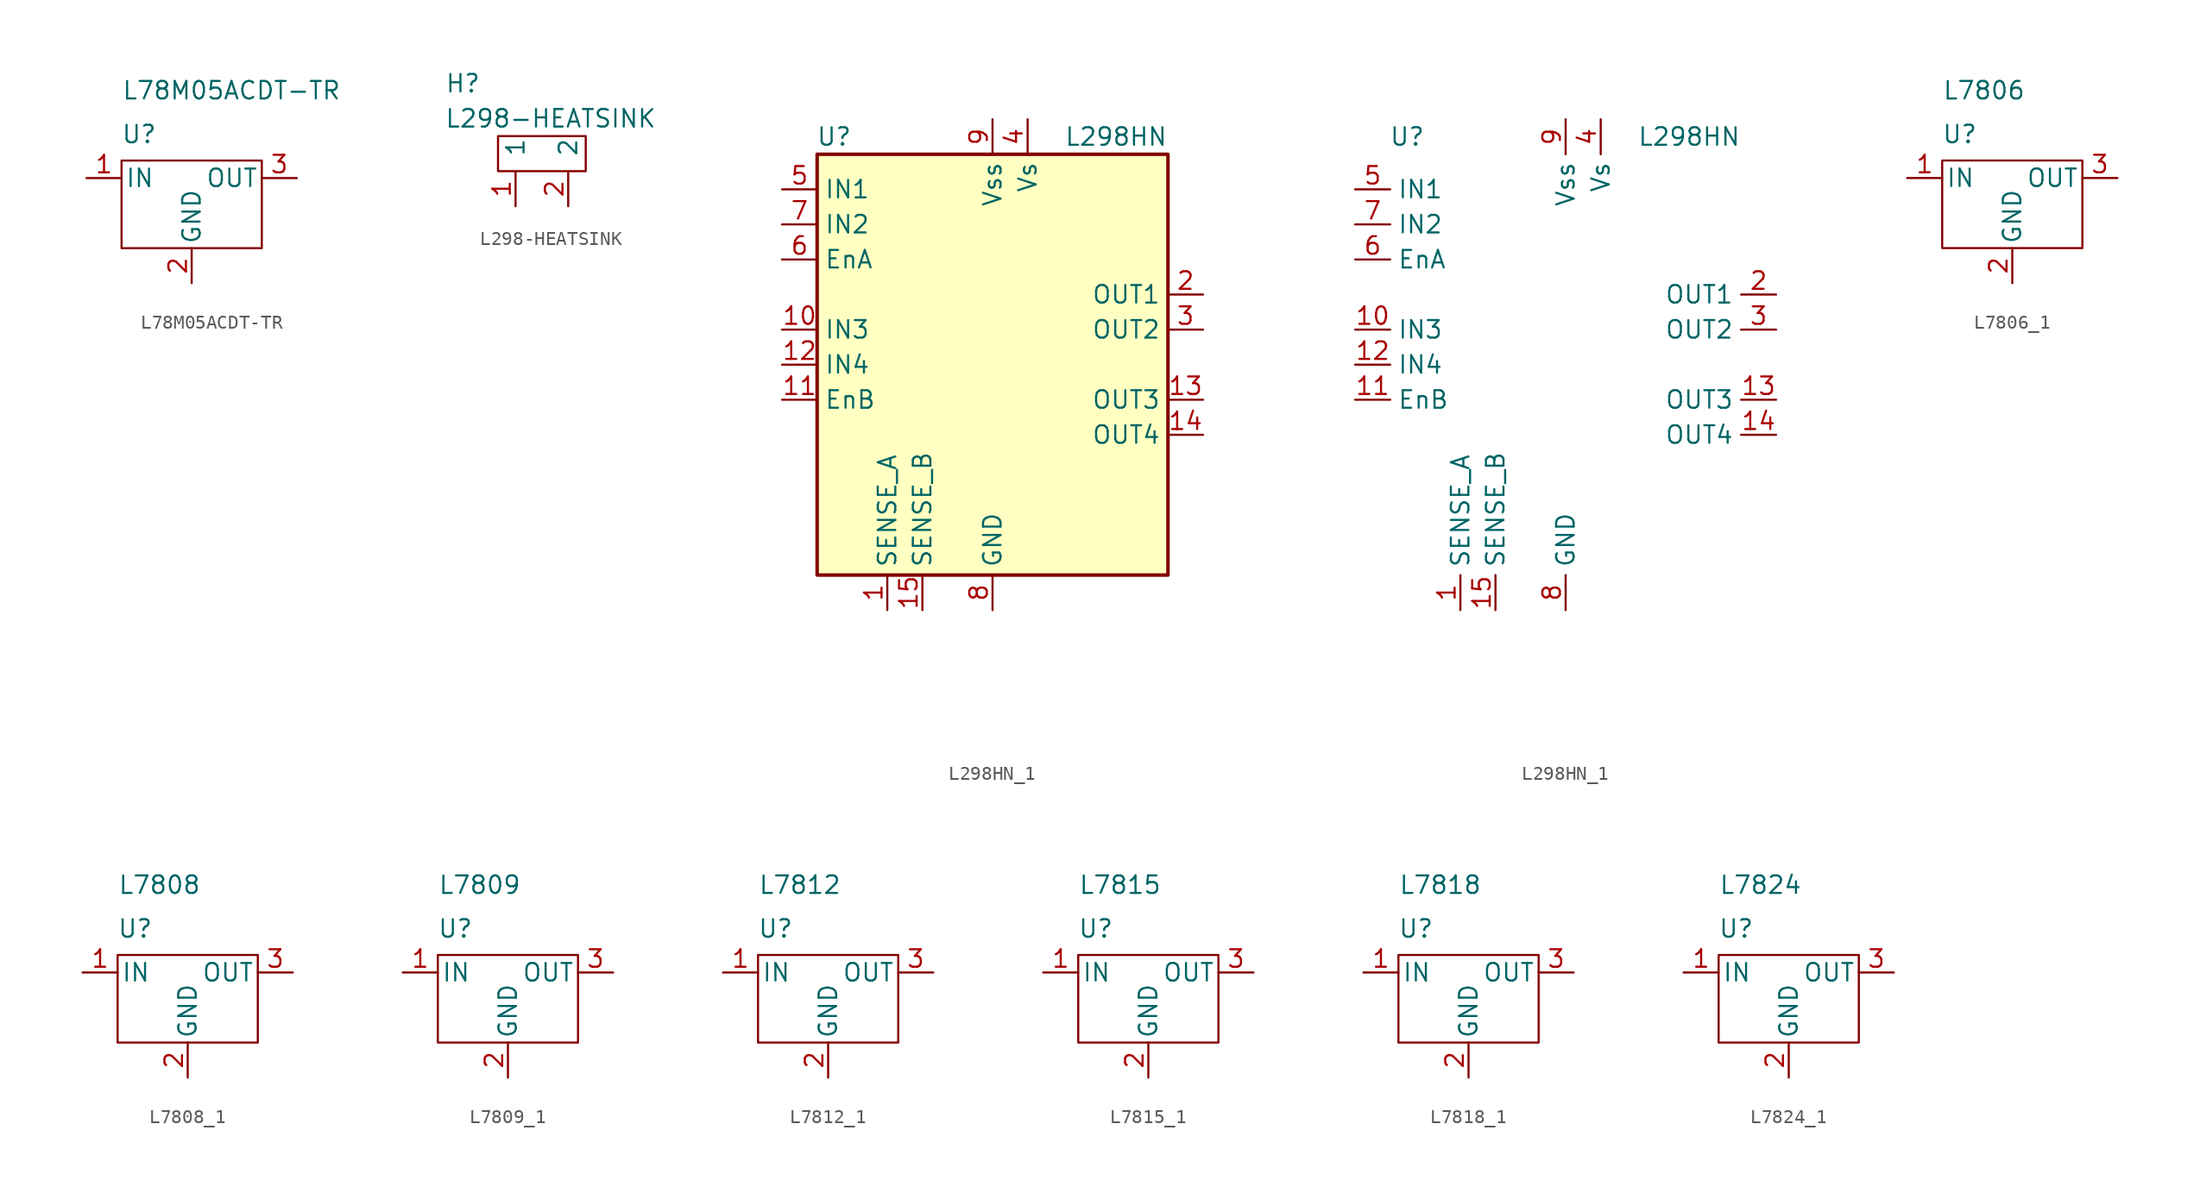
<source format=kicad_sym>
(kicad_symbol_lib
  (version 20231120)
  (generator "kicad_symbol_editor")
  (generator_version "8.0")
  (symbol "L78M05ACDT-TR"
    (pin_names
      (offset 0.254))
    (property "Reference" "U"
      (at -3.81 3.175 0)
      (effects (font (size 1.27 1.27))))
    (property "Value" "L78M05ACDT-TR"
      (at -5.08 6.35 0)
      (effects (font (size 1.27 1.27)) (justify left)))
    (symbol "L78M05ACDT-TR_0_1"
      (rectangle (start -5.08 1.27) (end 5.08 -5.08) (stroke (width 0) (type default)) (fill (type none))))
    (symbol "L78M05ACDT-TR_1_1"
      (pin power_in line (at -7.62 0 0) (length 2.54) (name "IN" (effects (font (size 1.27 1.27)))) (number "1" (effects (font (size 1.27 1.27)))))
      (pin power_in line (at 0 -7.62 90) (length 2.54) (name "GND" (effects (font (size 1.27 1.27)))) (number "2" (effects (font (size 1.27 1.27)))))
      (pin power_out line (at 7.62 0 180) (length 2.54) (name "OUT" (effects (font (size 1.27 1.27)))) (number "3" (effects (font (size 1.27 1.27)))))))
  (symbol "L298-HEATSINK"
    (pin_names
      (offset 1.016))
    (property "Reference" "H"
      (at -6.35 6.35 0)
      (effects (font (size 1.27 1.27))))
    (property "Value" "L298-HEATSINK"
      (at 0 3.81 0)
      (effects (font (size 1.27 1.27))))
    (symbol "L298-HEATSINK_0_1"
      (rectangle (start -3.81 2.54) (end 2.54 0) (stroke (width 0) (type solid)) (fill (type none))))
    (symbol "L298-HEATSINK_1_1"
      (pin input line (at -2.54 -2.54 90) (length 2.54) (name "1" (effects (font (size 1.27 1.27)))) (number "1" (effects (font (size 1.27 1.27)))))
      (pin input line (at 1.27 -2.54 90) (length 2.54) (name "2" (effects (font (size 1.27 1.27)))) (number "2" (effects (font (size 1.27 1.27)))))))
  (symbol "L298HN_1"
    (property "Reference" "U"
      (at -10.16 16.51 0)
      (effects (font (size 1.27 1.27)) (justify right)))
    (property "Value" "L298HN"
      (at 12.7 16.51 0)
      (effects (font (size 1.27 1.27)) (justify right)))
    (property "Footprint" ""
      (at 5.08 -24.13 0)
      (effects (font (size 1.27 1.27)) (justify left)))
    (symbol "L298HN_1_0_1"
      (rectangle (start -12.7 15.24) (end 12.7 -15.24) (stroke (width 0.254) (type default)) (fill (type background))))
    (symbol "L298HN_1_1_1"
      (pin power_in line (at -7.62 -17.78 90) (length 2.54) (name "SENSE_A" (effects (font (size 1.27 1.27)))) (number "1" (effects (font (size 1.27 1.27)))))
      (pin input line (at -15.24 2.54 0) (length 2.54) (name "IN3" (effects (font (size 1.27 1.27)))) (number "10" (effects (font (size 1.27 1.27)))))
      (pin input line (at -15.24 -2.54 0) (length 2.54) (name "EnB" (effects (font (size 1.27 1.27)))) (number "11" (effects (font (size 1.27 1.27)))))
      (pin input line (at -15.24 0 0) (length 2.54) (name "IN4" (effects (font (size 1.27 1.27)))) (number "12" (effects (font (size 1.27 1.27)))))
      (pin output line (at 15.24 -2.54 180) (length 2.54) (name "OUT3" (effects (font (size 1.27 1.27)))) (number "13" (effects (font (size 1.27 1.27)))))
      (pin output line (at 15.24 -5.08 180) (length 2.54) (name "OUT4" (effects (font (size 1.27 1.27)))) (number "14" (effects (font (size 1.27 1.27)))))
      (pin power_in line (at -5.08 -17.78 90) (length 2.54) (name "SENSE_B" (effects (font (size 1.27 1.27)))) (number "15" (effects (font (size 1.27 1.27)))))
      (pin output line (at 15.24 5.08 180) (length 2.54) (name "OUT1" (effects (font (size 1.27 1.27)))) (number "2" (effects (font (size 1.27 1.27)))))
      (pin output line (at 15.24 2.54 180) (length 2.54) (name "OUT2" (effects (font (size 1.27 1.27)))) (number "3" (effects (font (size 1.27 1.27)))))
      (pin power_in line (at 2.54 17.78 270) (length 2.54) (name "Vs" (effects (font (size 1.27 1.27)))) (number "4" (effects (font (size 1.27 1.27)))))
      (pin input line (at -15.24 12.7 0) (length 2.54) (name "IN1" (effects (font (size 1.27 1.27)))) (number "5" (effects (font (size 1.27 1.27)))))
      (pin input line (at -15.24 7.62 0) (length 2.54) (name "EnA" (effects (font (size 1.27 1.27)))) (number "6" (effects (font (size 1.27 1.27)))))
      (pin input line (at -15.24 10.16 0) (length 2.54) (name "IN2" (effects (font (size 1.27 1.27)))) (number "7" (effects (font (size 1.27 1.27)))))
      (pin power_in line (at 0 -17.78 90) (length 2.54) (name "GND" (effects (font (size 1.27 1.27)))) (number "8" (effects (font (size 1.27 1.27)))))
      (pin power_in line (at 0 17.78 270) (length 2.54) (name "Vss" (effects (font (size 1.27 1.27)))) (number "9" (effects (font (size 1.27 1.27))))))
    (symbol "L298HN_1_1_2"
      (pin power_in line (at -7.62 -17.78 90) (length 2.54) (name "SENSE_A" (effects (font (size 1.27 1.27)))) (number "1" (effects (font (size 1.27 1.27)))))
      (pin input line (at -15.24 2.54 0) (length 2.54) (name "IN3" (effects (font (size 1.27 1.27)))) (number "10" (effects (font (size 1.27 1.27)))))
      (pin input line (at -15.24 -2.54 0) (length 2.54) (name "EnB" (effects (font (size 1.27 1.27)))) (number "11" (effects (font (size 1.27 1.27)))))
      (pin input line (at -15.24 0 0) (length 2.54) (name "IN4" (effects (font (size 1.27 1.27)))) (number "12" (effects (font (size 1.27 1.27)))))
      (pin output line (at 15.24 -2.54 180) (length 2.54) (name "OUT3" (effects (font (size 1.27 1.27)))) (number "13" (effects (font (size 1.27 1.27)))))
      (pin output line (at 15.24 -5.08 180) (length 2.54) (name "OUT4" (effects (font (size 1.27 1.27)))) (number "14" (effects (font (size 1.27 1.27)))))
      (pin power_in line (at -5.08 -17.78 90) (length 2.54) (name "SENSE_B" (effects (font (size 1.27 1.27)))) (number "15" (effects (font (size 1.27 1.27)))))
      (pin output line (at 15.24 5.08 180) (length 2.54) (name "OUT1" (effects (font (size 1.27 1.27)))) (number "2" (effects (font (size 1.27 1.27)))))
      (pin output line (at 15.24 2.54 180) (length 2.54) (name "OUT2" (effects (font (size 1.27 1.27)))) (number "3" (effects (font (size 1.27 1.27)))))
      (pin power_in line (at 2.54 17.78 270) (length 2.54) (name "Vs" (effects (font (size 1.27 1.27)))) (number "4" (effects (font (size 1.27 1.27)))))
      (pin input line (at -15.24 12.7 0) (length 2.54) (name "IN1" (effects (font (size 1.27 1.27)))) (number "5" (effects (font (size 1.27 1.27)))))
      (pin input line (at -15.24 7.62 0) (length 2.54) (name "EnA" (effects (font (size 1.27 1.27)))) (number "6" (effects (font (size 1.27 1.27)))))
      (pin input line (at -15.24 10.16 0) (length 2.54) (name "IN2" (effects (font (size 1.27 1.27)))) (number "7" (effects (font (size 1.27 1.27)))))
      (pin power_in line (at 0 -17.78 90) (length 2.54) (name "GND" (effects (font (size 1.27 1.27)))) (number "8" (effects (font (size 1.27 1.27)))))
      (pin power_in line (at 0 17.78 270) (length 2.54) (name "Vss" (effects (font (size 1.27 1.27)))) (number "9" (effects (font (size 1.27 1.27)))))))
  (symbol "L7806_1"
    (pin_names
      (offset 0.254))
    (property "Reference" "U"
      (at -3.81 3.175 0)
      (effects (font (size 1.27 1.27))))
    (property "Value" "L7806"
      (at -5.08 6.35 0)
      (effects (font (size 1.27 1.27)) (justify left)))
    (symbol "L7806_1_0_1"
      (rectangle (start -5.08 1.27) (end 5.08 -5.08) (stroke (width 0) (type default)) (fill (type none))))
    (symbol "L7806_1_1_1"
      (pin power_in line (at -7.62 0 0) (length 2.54) (name "IN" (effects (font (size 1.27 1.27)))) (number "1" (effects (font (size 1.27 1.27)))))
      (pin power_in line (at 0 -7.62 90) (length 2.54) (name "GND" (effects (font (size 1.27 1.27)))) (number "2" (effects (font (size 1.27 1.27)))))
      (pin power_out line (at 7.62 0 180) (length 2.54) (name "OUT" (effects (font (size 1.27 1.27)))) (number "3" (effects (font (size 1.27 1.27)))))))
  (symbol "L7808_1"
    (pin_names
      (offset 0.254))
    (property "Reference" "U"
      (at -3.81 3.175 0)
      (effects (font (size 1.27 1.27))))
    (property "Value" "L7808"
      (at -5.08 6.35 0)
      (effects (font (size 1.27 1.27)) (justify left)))
    (symbol "L7808_1_0_1"
      (rectangle (start -5.08 1.27) (end 5.08 -5.08) (stroke (width 0) (type default)) (fill (type none))))
    (symbol "L7808_1_1_1"
      (pin power_in line (at -7.62 0 0) (length 2.54) (name "IN" (effects (font (size 1.27 1.27)))) (number "1" (effects (font (size 1.27 1.27)))))
      (pin power_in line (at 0 -7.62 90) (length 2.54) (name "GND" (effects (font (size 1.27 1.27)))) (number "2" (effects (font (size 1.27 1.27)))))
      (pin power_out line (at 7.62 0 180) (length 2.54) (name "OUT" (effects (font (size 1.27 1.27)))) (number "3" (effects (font (size 1.27 1.27)))))))
  (symbol "L7809_1"
    (pin_names
      (offset 0.254))
    (property "Reference" "U"
      (at -3.81 3.175 0)
      (effects (font (size 1.27 1.27))))
    (property "Value" "L7809"
      (at -5.08 6.35 0)
      (effects (font (size 1.27 1.27)) (justify left)))
    (symbol "L7809_1_0_1"
      (rectangle (start -5.08 1.27) (end 5.08 -5.08) (stroke (width 0) (type default)) (fill (type none))))
    (symbol "L7809_1_1_1"
      (pin power_in line (at -7.62 0 0) (length 2.54) (name "IN" (effects (font (size 1.27 1.27)))) (number "1" (effects (font (size 1.27 1.27)))))
      (pin power_in line (at 0 -7.62 90) (length 2.54) (name "GND" (effects (font (size 1.27 1.27)))) (number "2" (effects (font (size 1.27 1.27)))))
      (pin power_out line (at 7.62 0 180) (length 2.54) (name "OUT" (effects (font (size 1.27 1.27)))) (number "3" (effects (font (size 1.27 1.27)))))))
  (symbol "L7812_1"
    (pin_names
      (offset 0.254))
    (property "Reference" "U"
      (at -3.81 3.175 0)
      (effects (font (size 1.27 1.27))))
    (property "Value" "L7812"
      (at -5.08 6.35 0)
      (effects (font (size 1.27 1.27)) (justify left)))
    (symbol "L7812_1_0_1"
      (rectangle (start -5.08 1.27) (end 5.08 -5.08) (stroke (width 0) (type default)) (fill (type none))))
    (symbol "L7812_1_1_1"
      (pin power_in line (at -7.62 0 0) (length 2.54) (name "IN" (effects (font (size 1.27 1.27)))) (number "1" (effects (font (size 1.27 1.27)))))
      (pin power_in line (at 0 -7.62 90) (length 2.54) (name "GND" (effects (font (size 1.27 1.27)))) (number "2" (effects (font (size 1.27 1.27)))))
      (pin power_out line (at 7.62 0 180) (length 2.54) (name "OUT" (effects (font (size 1.27 1.27)))) (number "3" (effects (font (size 1.27 1.27)))))))
  (symbol "L7815_1"
    (pin_names
      (offset 0.254))
    (property "Reference" "U"
      (at -3.81 3.175 0)
      (effects (font (size 1.27 1.27))))
    (property "Value" "L7815"
      (at -5.08 6.35 0)
      (effects (font (size 1.27 1.27)) (justify left)))
    (symbol "L7815_1_0_1"
      (rectangle (start -5.08 1.27) (end 5.08 -5.08) (stroke (width 0) (type default)) (fill (type none))))
    (symbol "L7815_1_1_1"
      (pin power_in line (at -7.62 0 0) (length 2.54) (name "IN" (effects (font (size 1.27 1.27)))) (number "1" (effects (font (size 1.27 1.27)))))
      (pin power_in line (at 0 -7.62 90) (length 2.54) (name "GND" (effects (font (size 1.27 1.27)))) (number "2" (effects (font (size 1.27 1.27)))))
      (pin power_out line (at 7.62 0 180) (length 2.54) (name "OUT" (effects (font (size 1.27 1.27)))) (number "3" (effects (font (size 1.27 1.27)))))))
  (symbol "L7818_1"
    (pin_names
      (offset 0.254))
    (property "Reference" "U"
      (at -3.81 3.175 0)
      (effects (font (size 1.27 1.27))))
    (property "Value" "L7818"
      (at -5.08 6.35 0)
      (effects (font (size 1.27 1.27)) (justify left)))
    (symbol "L7818_1_0_1"
      (rectangle (start -5.08 1.27) (end 5.08 -5.08) (stroke (width 0) (type default)) (fill (type none))))
    (symbol "L7818_1_1_1"
      (pin power_in line (at -7.62 0 0) (length 2.54) (name "IN" (effects (font (size 1.27 1.27)))) (number "1" (effects (font (size 1.27 1.27)))))
      (pin power_in line (at 0 -7.62 90) (length 2.54) (name "GND" (effects (font (size 1.27 1.27)))) (number "2" (effects (font (size 1.27 1.27)))))
      (pin power_out line (at 7.62 0 180) (length 2.54) (name "OUT" (effects (font (size 1.27 1.27)))) (number "3" (effects (font (size 1.27 1.27)))))))
  (symbol "L7824_1"
    (pin_names
      (offset 0.254))
    (property "Reference" "U"
      (at -3.81 3.175 0)
      (effects (font (size 1.27 1.27))))
    (property "Value" "L7824"
      (at -5.08 6.35 0)
      (effects (font (size 1.27 1.27)) (justify left)))
    (symbol "L7824_1_0_1"
      (rectangle (start -5.08 1.27) (end 5.08 -5.08) (stroke (width 0) (type default)) (fill (type none))))
    (symbol "L7824_1_1_1"
      (pin power_in line (at -7.62 0 0) (length 2.54) (name "IN" (effects (font (size 1.27 1.27)))) (number "1" (effects (font (size 1.27 1.27)))))
      (pin power_in line (at 0 -7.62 90) (length 2.54) (name "GND" (effects (font (size 1.27 1.27)))) (number "2" (effects (font (size 1.27 1.27)))))
      (pin power_out line (at 7.62 0 180) (length 2.54) (name "OUT" (effects (font (size 1.27 1.27)))) (number "3" (effects (font (size 1.27 1.27))))))))
</source>
